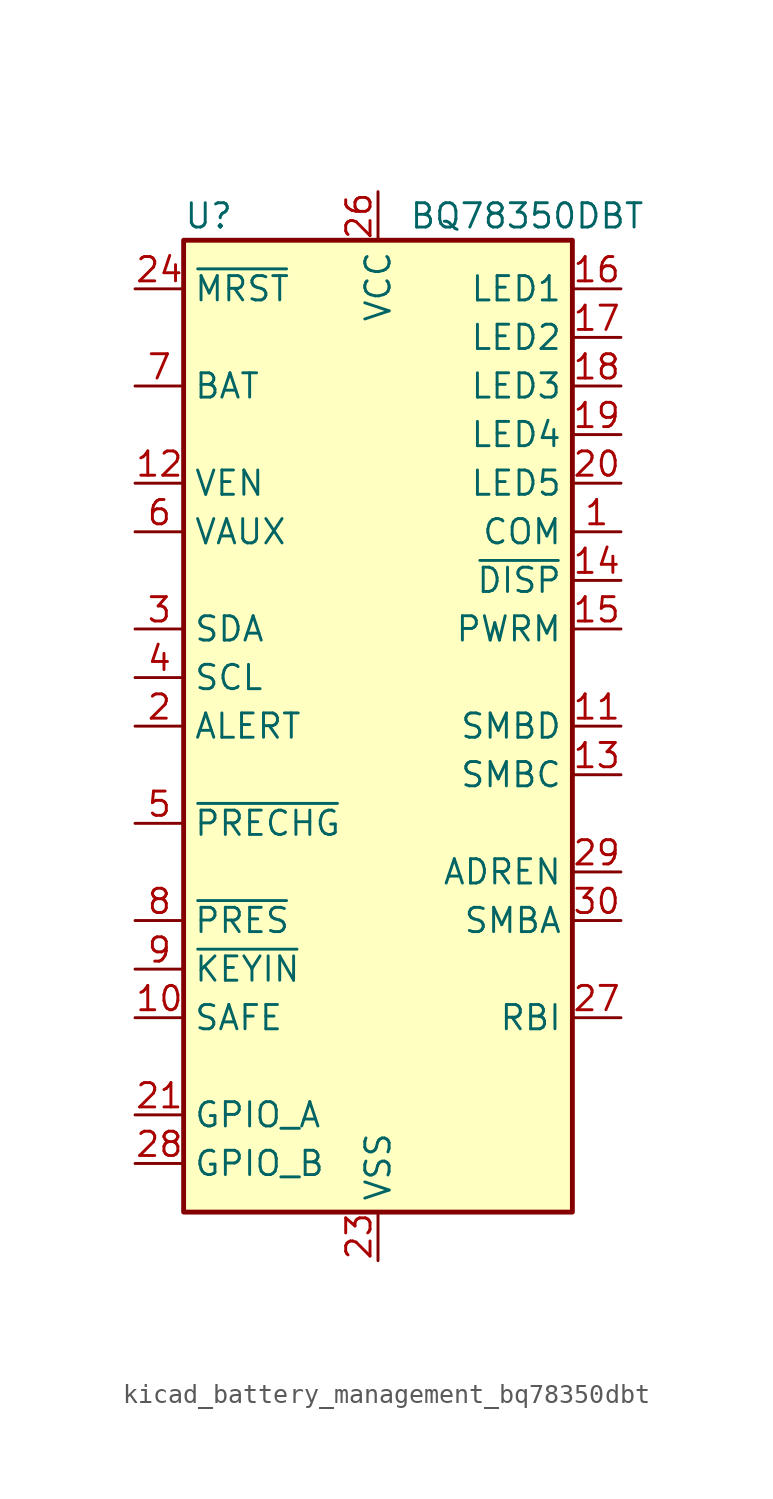
<source format=kicad_sym>
(kicad_symbol_lib
  (version 20220914)
  (generator kicad_symbol_editor)
  (symbol "kicad_battery_management_bq78350dbt"
    (property "Reference" "U"
      (at -10.16 26.67 0)
      (effects (font (size 1.27 1.27)) (justify left)))
    (property "Value" "BQ78350DBT"
      (at 13.97 26.67 0)
      (effects (font (size 1.27 1.27)) (justify right)))
    (symbol "kicad_battery_management_bq78350dbt_0_1"
      (rectangle (start -10.16 25.4) (end 10.16 -25.4) (stroke (width 0.254) (type default)) (fill (type background))))
    (symbol "kicad_battery_management_bq78350dbt_1_1"
      (pin open_collector line (at 12.7 10.16 180) (length 2.54) (name "COM" (effects (font (size 1.27 1.27)))) (number "1" (effects (font (size 1.27 1.27)))))
      (pin output line (at -12.7 -15.24 0) (length 2.54) (name "SAFE" (effects (font (size 1.27 1.27)))) (number "10" (effects (font (size 1.27 1.27)))))
      (pin bidirectional line (at 12.7 0 180) (length 2.54) (name "SMBD" (effects (font (size 1.27 1.27)))) (number "11" (effects (font (size 1.27 1.27)))))
      (pin open_collector line (at -12.7 12.7 0) (length 2.54) (name "VEN" (effects (font (size 1.27 1.27)))) (number "12" (effects (font (size 1.27 1.27)))))
      (pin bidirectional line (at 12.7 -2.54 180) (length 2.54) (name "SMBC" (effects (font (size 1.27 1.27)))) (number "13" (effects (font (size 1.27 1.27)))))
      (pin input line (at 12.7 7.62 180) (length 2.54) (name "~{DISP}" (effects (font (size 1.27 1.27)))) (number "14" (effects (font (size 1.27 1.27)))))
      (pin open_collector line (at 12.7 5.08 180) (length 2.54) (name "PWRM" (effects (font (size 1.27 1.27)))) (number "15" (effects (font (size 1.27 1.27)))))
      (pin output line (at 12.7 22.86 180) (length 2.54) (name "LED1" (effects (font (size 1.27 1.27)))) (number "16" (effects (font (size 1.27 1.27)))))
      (pin output line (at 12.7 20.32 180) (length 2.54) (name "LED2" (effects (font (size 1.27 1.27)))) (number "17" (effects (font (size 1.27 1.27)))))
      (pin output line (at 12.7 17.78 180) (length 2.54) (name "LED3" (effects (font (size 1.27 1.27)))) (number "18" (effects (font (size 1.27 1.27)))))
      (pin output line (at 12.7 15.24 180) (length 2.54) (name "LED4" (effects (font (size 1.27 1.27)))) (number "19" (effects (font (size 1.27 1.27)))))
      (pin bidirectional line (at -12.7 0 0) (length 2.54) (name "ALERT" (effects (font (size 1.27 1.27)))) (number "2" (effects (font (size 1.27 1.27)))))
      (pin output line (at 12.7 12.7 180) (length 2.54) (name "LED5" (effects (font (size 1.27 1.27)))) (number "20" (effects (font (size 1.27 1.27)))))
      (pin bidirectional line (at -12.7 -20.32 0) (length 2.54) (name "GPIO_A" (effects (font (size 1.27 1.27)))) (number "21" (effects (font (size 1.27 1.27)))))
      (pin passive line (at 0 -27.94 90) (length 2.54) hide (name "VSS" (effects (font (size 1.27 1.27)))) (number "22" (effects (font (size 1.27 1.27)))))
      (pin power_in line (at 0 -27.94 90) (length 2.54) (name "VSS" (effects (font (size 1.27 1.27)))) (number "23" (effects (font (size 1.27 1.27)))))
      (pin input line (at -12.7 22.86 0) (length 2.54) (name "~{MRST}" (effects (font (size 1.27 1.27)))) (number "24" (effects (font (size 1.27 1.27)))))
      (pin passive line (at 0 -27.94 90) (length 2.54) hide (name "VSS" (effects (font (size 1.27 1.27)))) (number "25" (effects (font (size 1.27 1.27)))))
      (pin power_in line (at 0 27.94 270) (length 2.54) (name "VCC" (effects (font (size 1.27 1.27)))) (number "26" (effects (font (size 1.27 1.27)))))
      (pin passive line (at 12.7 -15.24 180) (length 2.54) (name "RBI" (effects (font (size 1.27 1.27)))) (number "27" (effects (font (size 1.27 1.27)))))
      (pin bidirectional line (at -12.7 -22.86 0) (length 2.54) (name "GPIO_B" (effects (font (size 1.27 1.27)))) (number "28" (effects (font (size 1.27 1.27)))))
      (pin output line (at 12.7 -7.62 180) (length 2.54) (name "ADREN" (effects (font (size 1.27 1.27)))) (number "29" (effects (font (size 1.27 1.27)))))
      (pin bidirectional line (at -12.7 5.08 0) (length 2.54) (name "SDA" (effects (font (size 1.27 1.27)))) (number "3" (effects (font (size 1.27 1.27)))))
      (pin input line (at 12.7 -10.16 180) (length 2.54) (name "SMBA" (effects (font (size 1.27 1.27)))) (number "30" (effects (font (size 1.27 1.27)))))
      (pin output line (at -12.7 2.54 0) (length 2.54) (name "SCL" (effects (font (size 1.27 1.27)))) (number "4" (effects (font (size 1.27 1.27)))))
      (pin output line (at -12.7 -5.08 0) (length 2.54) (name "~{PRECHG}" (effects (font (size 1.27 1.27)))) (number "5" (effects (font (size 1.27 1.27)))))
      (pin input line (at -12.7 10.16 0) (length 2.54) (name "VAUX" (effects (font (size 1.27 1.27)))) (number "6" (effects (font (size 1.27 1.27)))))
      (pin input line (at -12.7 17.78 0) (length 2.54) (name "BAT" (effects (font (size 1.27 1.27)))) (number "7" (effects (font (size 1.27 1.27)))))
      (pin input line (at -12.7 -10.16 0) (length 2.54) (name "~{PRES}" (effects (font (size 1.27 1.27)))) (number "8" (effects (font (size 1.27 1.27)))))
      (pin input line (at -12.7 -12.7 0) (length 2.54) (name "~{KEYIN}" (effects (font (size 1.27 1.27)))) (number "9" (effects (font (size 1.27 1.27))))))))
</source>
